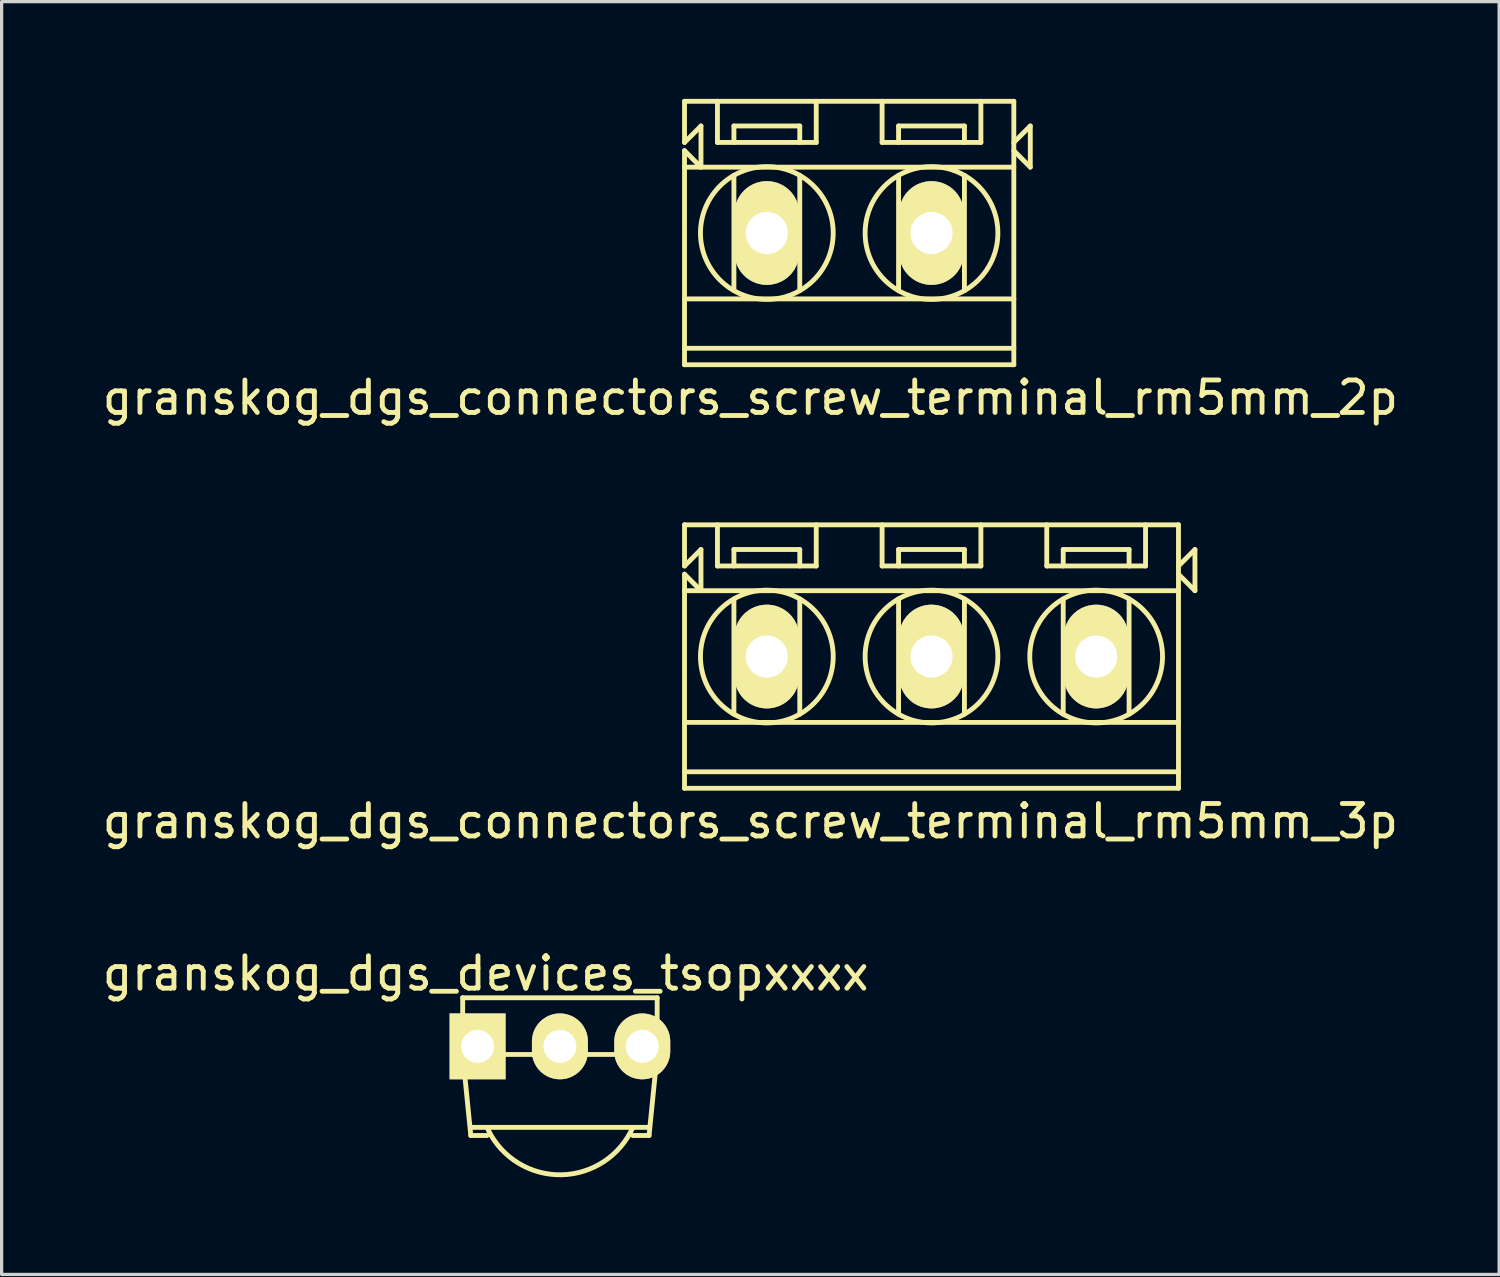
<source format=kicad_pcb>
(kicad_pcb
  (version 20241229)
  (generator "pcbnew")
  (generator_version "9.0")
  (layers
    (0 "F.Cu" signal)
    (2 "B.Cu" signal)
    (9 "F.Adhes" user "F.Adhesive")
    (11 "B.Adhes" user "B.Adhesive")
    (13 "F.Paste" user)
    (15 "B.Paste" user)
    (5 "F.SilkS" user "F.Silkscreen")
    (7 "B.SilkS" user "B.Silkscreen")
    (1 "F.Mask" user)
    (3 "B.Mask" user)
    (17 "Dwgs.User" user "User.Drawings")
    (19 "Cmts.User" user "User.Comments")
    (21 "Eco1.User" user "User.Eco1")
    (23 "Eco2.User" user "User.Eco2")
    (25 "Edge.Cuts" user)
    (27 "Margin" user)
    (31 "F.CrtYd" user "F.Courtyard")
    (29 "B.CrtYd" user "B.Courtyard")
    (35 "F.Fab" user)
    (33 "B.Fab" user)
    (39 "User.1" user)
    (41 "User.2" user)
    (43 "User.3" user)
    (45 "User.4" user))
  (footprint "granskog_dgs_connectors_screw_terminal_rm5mm_2p"
    (layer "F.Cu")
    (at 20.609 4.139)
    (property "Reference" "granskog_dgs_connectors_screw_terminal_rm5mm_2p" (at -0.508 5.08 0) (layer "F.SilkS") (effects (font (size 1 1) (thickness 0.15))))
    (attr through_hole)
    (fp_line (start -2.54 -2.794) (end -2.54 -4.064) (stroke (width 0.15) (type solid)) (layer "F.SilkS"))
    (fp_line (start -2.54 -2.54) (end -2.54 4.064) (stroke (width 0.15) (type solid)) (layer "F.SilkS"))
    (fp_line (start -2.54 -2.54) (end -2.032 -2.032) (stroke (width 0.15) (type solid)) (layer "F.SilkS"))
    (fp_line (start -2.54 -2.032) (end 7.62 -2.032) (stroke (width 0.15) (type solid)) (layer "F.SilkS"))
    (fp_line (start -2.54 2.032) (end 7.62 2.032) (stroke (width 0.15) (type solid)) (layer "F.SilkS"))
    (fp_line (start -2.54 3.556) (end 7.62 3.556) (stroke (width 0.15) (type solid)) (layer "F.SilkS"))
    (fp_line (start -2.54 4.064) (end 7.62 4.064) (stroke (width 0.15) (type solid)) (layer "F.SilkS"))
    (fp_line (start -2.032 -3.302) (end -2.54 -2.794) (stroke (width 0.15) (type solid)) (layer "F.SilkS"))
    (fp_line (start -2.032 -2.032) (end -2.032 -3.302) (stroke (width 0.15) (type solid)) (layer "F.SilkS"))
    (fp_line (start -1.524 -4.064) (end -1.524 -2.794) (stroke (width 0.15) (type solid)) (layer "F.SilkS"))
    (fp_line (start -1.524 -2.794) (end 1.524 -2.794) (stroke (width 0.15) (type solid)) (layer "F.SilkS"))
    (fp_line (start -1.016 -3.302) (end 1.016 -3.302) (stroke (width 0.15) (type solid)) (layer "F.SilkS"))
    (fp_line (start -1.016 -2.794) (end -1.016 -3.302) (stroke (width 0.15) (type solid)) (layer "F.SilkS"))
    (fp_line (start -1.016 -1.778) (end -1.016 1.778) (stroke (width 0.15) (type solid)) (layer "F.SilkS"))
    (fp_line (start 1.016 -3.302) (end 1.016 -2.794) (stroke (width 0.15) (type solid)) (layer "F.SilkS"))
    (fp_line (start 1.016 -1.778) (end 1.016 1.778) (stroke (width 0.15) (type solid)) (layer "F.SilkS"))
    (fp_line (start 1.524 -2.794) (end 1.524 -4.064) (stroke (width 0.15) (type solid)) (layer "F.SilkS"))
    (fp_line (start 3.556 -4.064) (end 3.556 -2.794) (stroke (width 0.15) (type solid)) (layer "F.SilkS"))
    (fp_line (start 3.556 -2.794) (end 6.604 -2.794) (stroke (width 0.15) (type solid)) (layer "F.SilkS"))
    (fp_line (start 4.064 -3.302) (end 6.096 -3.302) (stroke (width 0.15) (type solid)) (layer "F.SilkS"))
    (fp_line (start 4.064 -2.794) (end 4.064 -3.302) (stroke (width 0.15) (type solid)) (layer "F.SilkS"))
    (fp_line (start 4.064 -1.778) (end 4.064 1.778) (stroke (width 0.15) (type solid)) (layer "F.SilkS"))
    (fp_line (start 6.096 -3.302) (end 6.096 -2.794) (stroke (width 0.15) (type solid)) (layer "F.SilkS"))
    (fp_line (start 6.096 -1.778) (end 6.096 1.778) (stroke (width 0.15) (type solid)) (layer "F.SilkS"))
    (fp_line (start 6.604 -2.794) (end 6.604 -4.064) (stroke (width 0.15) (type solid)) (layer "F.SilkS"))
    (fp_line (start 7.62 -4.064) (end -2.54 -4.064) (stroke (width 0.15) (type solid)) (layer "F.SilkS"))
    (fp_line (start 7.62 -2.54) (end 8.128 -2.032) (stroke (width 0.15) (type solid)) (layer "F.SilkS"))
    (fp_line (start 7.62 4.064) (end 7.62 -4.064) (stroke (width 0.15) (type solid)) (layer "F.SilkS"))
    (fp_line (start 8.128 -3.302) (end 7.62 -2.794) (stroke (width 0.15) (type solid)) (layer "F.SilkS"))
    (fp_line (start 8.128 -2.032) (end 8.128 -3.302) (stroke (width 0.15) (type solid)) (layer "F.SilkS"))
    (fp_circle (center 0 0) (end 2.032 0.254) (stroke (width 0.15) (type solid)) (fill no) (layer "F.SilkS"))
    (fp_circle (center 5.08 0) (end 3.048 -0.254) (stroke (width 0.15) (type solid)) (fill no) (layer "F.SilkS"))
    (pad "1" thru_hole oval (at 0 0) (size 2 3.2) (drill 1.3) (layers "*.Cu" "*.Mask" "F.SilkS"))
    (pad "2" thru_hole oval (at 5.08 0) (size 2 3.2) (drill 1.3) (layers "*.Cu" "*.Mask" "F.SilkS")))
  (footprint "granskog_dgs_connectors_screw_terminal_rm5mm_3p"
    (layer "F.Cu")
    (at 20.609 17.206)
    (property "Reference" "granskog_dgs_connectors_screw_terminal_rm5mm_3p" (at -0.508 5.08 0) (layer "F.SilkS") (effects (font (size 1 1) (thickness 0.15))))
    (attr through_hole)
    (fp_line (start -2.54 -2.794) (end -2.54 -4.064) (stroke (width 0.15) (type solid)) (layer "F.SilkS"))
    (fp_line (start -2.54 -2.54) (end -2.54 4.064) (stroke (width 0.15) (type solid)) (layer "F.SilkS"))
    (fp_line (start -2.54 -2.54) (end -2.032 -2.032) (stroke (width 0.15) (type solid)) (layer "F.SilkS"))
    (fp_line (start -2.54 -2.032) (end 12.7 -2.032) (stroke (width 0.15) (type solid)) (layer "F.SilkS"))
    (fp_line (start -2.54 2.032) (end 12.7 2.032) (stroke (width 0.15) (type solid)) (layer "F.SilkS"))
    (fp_line (start -2.54 3.556) (end 12.7 3.556) (stroke (width 0.15) (type solid)) (layer "F.SilkS"))
    (fp_line (start -2.54 4.064) (end 12.7 4.064) (stroke (width 0.15) (type solid)) (layer "F.SilkS"))
    (fp_line (start -2.032 -3.302) (end -2.54 -2.794) (stroke (width 0.15) (type solid)) (layer "F.SilkS"))
    (fp_line (start -2.032 -2.032) (end -2.032 -3.302) (stroke (width 0.15) (type solid)) (layer "F.SilkS"))
    (fp_line (start -1.524 -4.064) (end -1.524 -2.794) (stroke (width 0.15) (type solid)) (layer "F.SilkS"))
    (fp_line (start -1.524 -2.794) (end 1.524 -2.794) (stroke (width 0.15) (type solid)) (layer "F.SilkS"))
    (fp_line (start -1.016 -3.302) (end 1.016 -3.302) (stroke (width 0.15) (type solid)) (layer "F.SilkS"))
    (fp_line (start -1.016 -2.794) (end -1.016 -3.302) (stroke (width 0.15) (type solid)) (layer "F.SilkS"))
    (fp_line (start -1.016 -1.778) (end -1.016 1.778) (stroke (width 0.15) (type solid)) (layer "F.SilkS"))
    (fp_line (start 1.016 -3.302) (end 1.016 -2.794) (stroke (width 0.15) (type solid)) (layer "F.SilkS"))
    (fp_line (start 1.016 -1.778) (end 1.016 1.778) (stroke (width 0.15) (type solid)) (layer "F.SilkS"))
    (fp_line (start 1.524 -2.794) (end 1.524 -4.064) (stroke (width 0.15) (type solid)) (layer "F.SilkS"))
    (fp_line (start 3.556 -4.064) (end 3.556 -2.794) (stroke (width 0.15) (type solid)) (layer "F.SilkS"))
    (fp_line (start 3.556 -2.794) (end 6.604 -2.794) (stroke (width 0.15) (type solid)) (layer "F.SilkS"))
    (fp_line (start 4.064 -3.302) (end 6.096 -3.302) (stroke (width 0.15) (type solid)) (layer "F.SilkS"))
    (fp_line (start 4.064 -2.794) (end 4.064 -3.302) (stroke (width 0.15) (type solid)) (layer "F.SilkS"))
    (fp_line (start 4.064 -1.778) (end 4.064 1.778) (stroke (width 0.15) (type solid)) (layer "F.SilkS"))
    (fp_line (start 6.096 -3.302) (end 6.096 -2.794) (stroke (width 0.15) (type solid)) (layer "F.SilkS"))
    (fp_line (start 6.096 -1.778) (end 6.096 1.778) (stroke (width 0.15) (type solid)) (layer "F.SilkS"))
    (fp_line (start 6.604 -2.794) (end 6.604 -4.064) (stroke (width 0.15) (type solid)) (layer "F.SilkS"))
    (fp_line (start 8.636 -4.064) (end 8.636 -2.794) (stroke (width 0.15) (type solid)) (layer "F.SilkS"))
    (fp_line (start 8.636 -2.794) (end 11.684 -2.794) (stroke (width 0.15) (type solid)) (layer "F.SilkS"))
    (fp_line (start 9.144 -3.302) (end 11.176 -3.302) (stroke (width 0.15) (type solid)) (layer "F.SilkS"))
    (fp_line (start 9.144 -2.794) (end 9.144 -3.302) (stroke (width 0.15) (type solid)) (layer "F.SilkS"))
    (fp_line (start 9.144 -1.778) (end 9.144 1.778) (stroke (width 0.15) (type solid)) (layer "F.SilkS"))
    (fp_line (start 11.176 -3.302) (end 11.176 -2.794) (stroke (width 0.15) (type solid)) (layer "F.SilkS"))
    (fp_line (start 11.176 -1.778) (end 11.176 1.778) (stroke (width 0.15) (type solid)) (layer "F.SilkS"))
    (fp_line (start 11.684 -2.794) (end 11.684 -4.064) (stroke (width 0.15) (type solid)) (layer "F.SilkS"))
    (fp_line (start 12.7 -4.064) (end -2.54 -4.064) (stroke (width 0.15) (type solid)) (layer "F.SilkS"))
    (fp_line (start 12.7 -2.54) (end 13.208 -2.032) (stroke (width 0.15) (type solid)) (layer "F.SilkS"))
    (fp_line (start 12.7 4.064) (end 12.7 -4.064) (stroke (width 0.15) (type solid)) (layer "F.SilkS"))
    (fp_line (start 13.208 -3.302) (end 12.7 -2.794) (stroke (width 0.15) (type solid)) (layer "F.SilkS"))
    (fp_line (start 13.208 -2.032) (end 13.208 -3.302) (stroke (width 0.15) (type solid)) (layer "F.SilkS"))
    (fp_circle (center 0 0) (end 2.032 0.254) (stroke (width 0.15) (type solid)) (fill no) (layer "F.SilkS"))
    (fp_circle (center 5.08 0) (end 3.048 -0.254) (stroke (width 0.15) (type solid)) (fill no) (layer "F.SilkS"))
    (fp_circle (center 10.16 0) (end 8.128 -0.254) (stroke (width 0.15) (type solid)) (fill no) (layer "F.SilkS"))
    (pad "1" thru_hole oval (at 0 0) (size 2 3.2) (drill 1.3) (layers "*.Cu" "*.Mask" "F.SilkS"))
    (pad "2" thru_hole oval (at 5.08 0) (size 2 3.2) (drill 1.3) (layers "*.Cu" "*.Mask" "F.SilkS"))
    (pad "3" thru_hole oval (at 10.16 0) (size 2 3.2) (drill 1.3) (layers "*.Cu" "*.Mask" "F.SilkS")))
  (footprint "granskog_dgs_devices_tsopxxxx"
    (layer "F.Cu")
    (at 11.685 29.233)
    (property "Reference" "granskog_dgs_devices_tsopxxxx" (at 0.25 -2.25 0) (layer "F.SilkS") (effects (font (size 1 1) (thickness 0.15))))
    (attr through_hole)
    (fp_line (start -0.46 -1.5) (end -0.46 0.25) (stroke (width 0.15) (type solid)) (layer "F.SilkS"))
    (fp_line (start -0.46 -1.5) (end 5.54 -1.5) (stroke (width 0.15) (type solid)) (layer "F.SilkS"))
    (fp_line (start -0.46 0.25) (end 5.54 0.25) (stroke (width 0.15) (type solid)) (layer "F.SilkS"))
    (fp_line (start -0.21 2.5) (end 5.29 2.5) (stroke (width 0.15) (type solid)) (layer "F.SilkS"))
    (fp_line (start -0.21 2.75) (end -0.46 0.25) (stroke (width 0.15) (type solid)) (layer "F.SilkS"))
    (fp_line (start -0.21 2.75) (end 0.29 2.75) (stroke (width 0.15) (type solid)) (layer "F.SilkS"))
    (fp_line (start 5.29 2.75) (end 4.79 2.75) (stroke (width 0.15) (type solid)) (layer "F.SilkS"))
    (fp_line (start 5.29 2.75) (end 5.54 0.25) (stroke (width 0.15) (type solid)) (layer "F.SilkS"))
    (fp_line (start 5.54 -1.5) (end 5.54 0.25) (stroke (width 0.15) (type solid)) (layer "F.SilkS"))
    (fp_arc (start 4.79 2.5) (mid 2.584583 3.961811) (end 0.327683 2.580812) (stroke (width 0.15) (type solid)) (layer "F.SilkS"))
    (pad "1" thru_hole rect (at 0 0) (size 1.727 2.032) (drill 1.016) (layers "*.Cu" "*.Mask" "F.SilkS"))
    (pad "2" thru_hole oval (at 2.54 0) (size 1.727 2.032) (drill 1.016) (layers "*.Cu" "*.Mask" "F.SilkS"))
    (pad "3" thru_hole oval (at 5.08 0) (size 1.727 2.032) (drill 1.016) (layers "*.Cu" "*.Mask" "F.SilkS")))
  (gr_rect
    (start -3 -3)
    (end 43.202 36.27)
    (stroke (width 0.1) (type default))
    (fill no)
    (layer "Edge.Cuts")))
</source>
